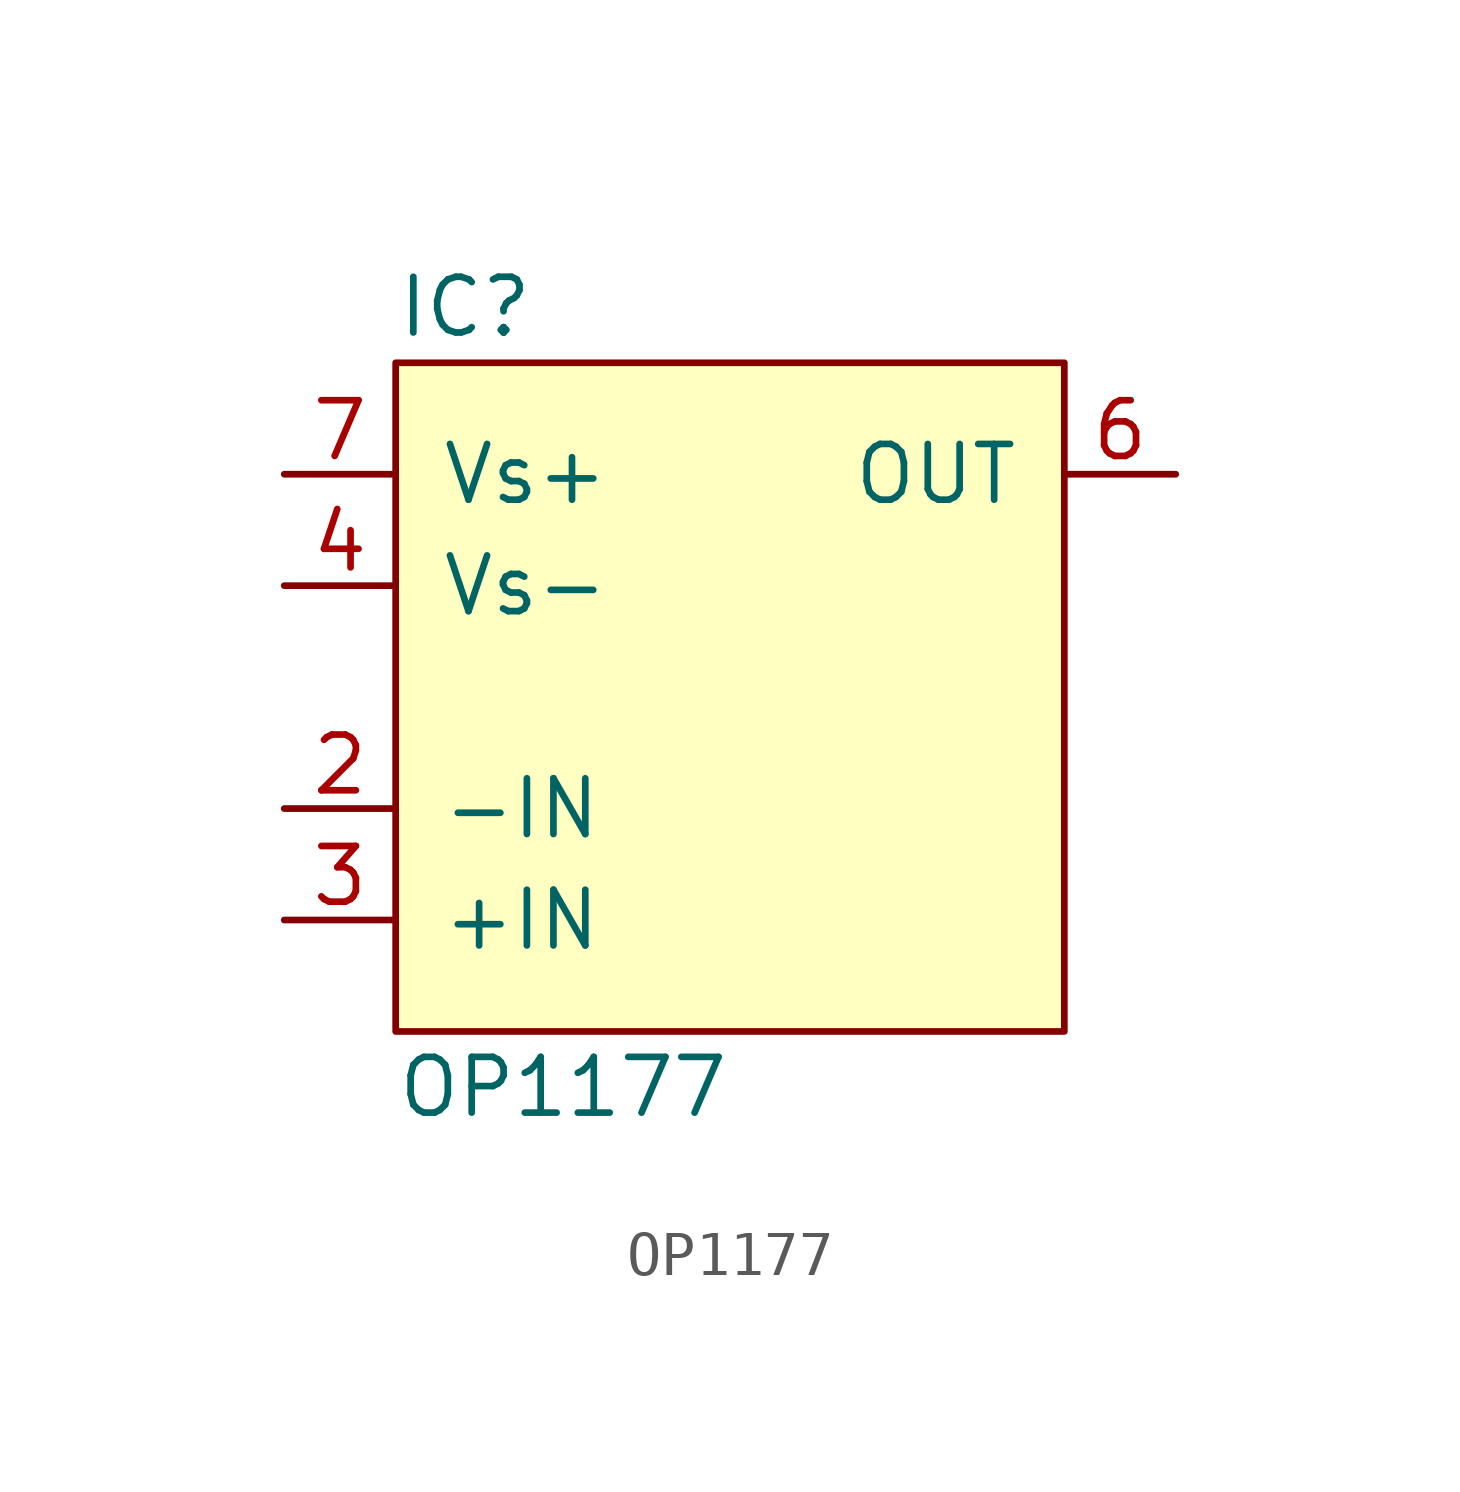
<source format=kicad_sym>
(kicad_symbol_lib
  (version 20211014)
  (generator kicad_symbol_editor)
  (symbol "OP1177"
    (pin_names
      (offset 1.016))
    (property "Reference" "IC"
      (at -7.62 8.89 0)
      (effects (font (size 1.27 1.27)) (justify left)))
    (property "Value" "OP1177"
      (at -7.62 -8.89 0)
      (effects (font (size 1.27 1.27)) (justify left)))
    (symbol "OP1177_0_1"
      (rectangle (start -7.62 7.62) (end 7.62 -7.62) (stroke (width 0) (type default) (color 0 0 0 0)) (fill (type background))))
    (symbol "OP1177_1_1"
      (pin no_connect line (at 10.16 0 180) (length 2.54) hide (name "NC" (effects (font (size 1.27 1.27)))) (number "1" (effects (font (size 1.27 1.27)))))
      (pin input line (at -10.16 -2.54 0) (length 2.54) (name "-IN" (effects (font (size 1.27 1.27)))) (number "2" (effects (font (size 1.27 1.27)))))
      (pin input line (at -10.16 -5.08 0) (length 2.54) (name "+IN" (effects (font (size 1.27 1.27)))) (number "3" (effects (font (size 1.27 1.27)))))
      (pin power_in line (at -10.16 2.54 0) (length 2.54) (name "Vs-" (effects (font (size 1.27 1.27)))) (number "4" (effects (font (size 1.27 1.27)))))
      (pin no_connect line (at 10.16 -2.54 180) (length 2.54) hide (name "NC" (effects (font (size 1.27 1.27)))) (number "5" (effects (font (size 1.27 1.27)))))
      (pin output line (at 10.16 5.08 180) (length 2.54) (name "OUT" (effects (font (size 1.27 1.27)))) (number "6" (effects (font (size 1.27 1.27)))))
      (pin power_in line (at -10.16 5.08 0) (length 2.54) (name "Vs+" (effects (font (size 1.27 1.27)))) (number "7" (effects (font (size 1.27 1.27)))))
      (pin no_connect line (at 10.16 -5.08 180) (length 2.54) hide (name "NC" (effects (font (size 1.27 1.27)))) (number "8" (effects (font (size 1.27 1.27))))))))
</source>
